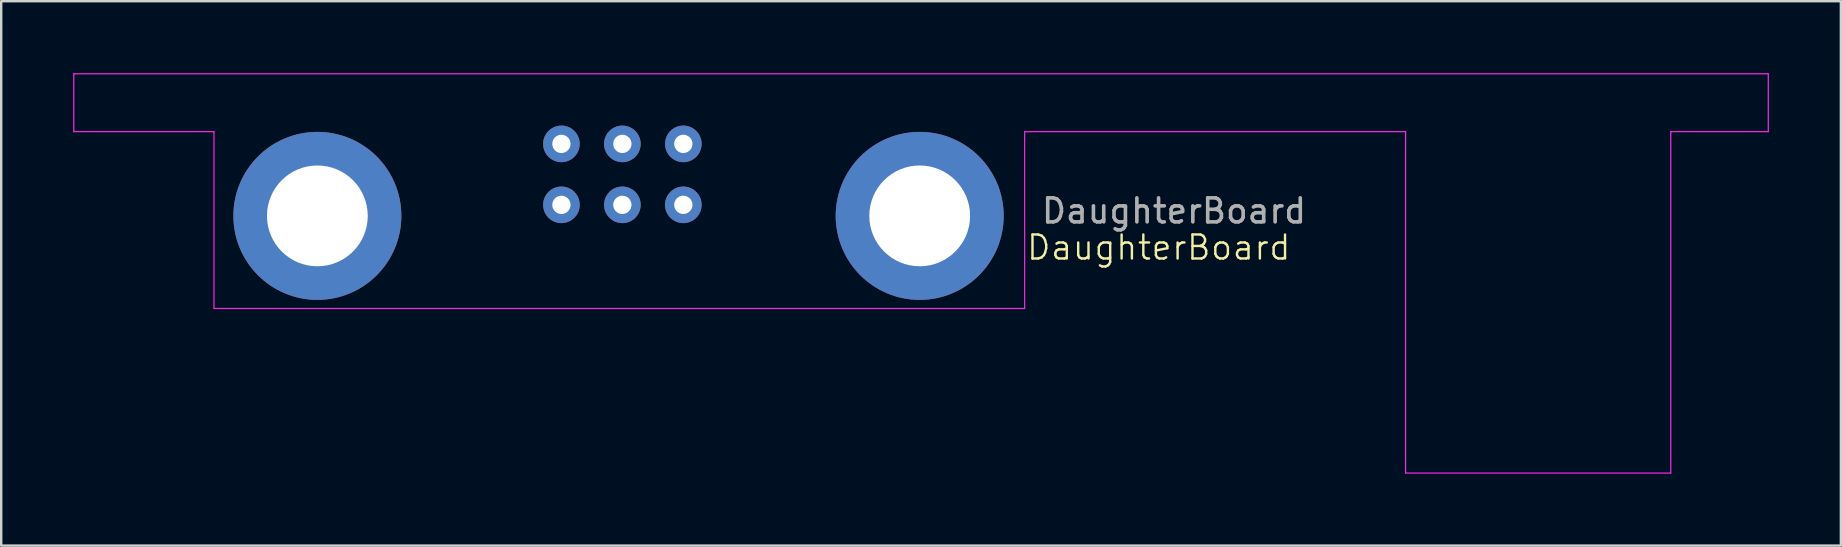
<source format=kicad_pcb>
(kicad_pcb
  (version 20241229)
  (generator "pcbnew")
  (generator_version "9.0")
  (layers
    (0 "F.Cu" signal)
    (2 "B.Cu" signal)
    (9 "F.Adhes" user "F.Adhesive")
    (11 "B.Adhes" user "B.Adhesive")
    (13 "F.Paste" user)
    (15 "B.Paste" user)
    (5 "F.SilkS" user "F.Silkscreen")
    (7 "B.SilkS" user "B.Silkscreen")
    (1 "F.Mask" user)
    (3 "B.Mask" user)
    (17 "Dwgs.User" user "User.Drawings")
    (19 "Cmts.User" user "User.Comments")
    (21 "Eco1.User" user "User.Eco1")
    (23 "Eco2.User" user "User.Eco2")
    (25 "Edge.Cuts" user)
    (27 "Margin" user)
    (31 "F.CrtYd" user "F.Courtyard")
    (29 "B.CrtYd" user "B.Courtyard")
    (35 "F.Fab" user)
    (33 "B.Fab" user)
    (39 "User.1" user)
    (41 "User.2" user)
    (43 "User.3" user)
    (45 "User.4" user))
  (footprint "DaughterBoard"
    (layer "F.Cu")
    (at 25.425 2.946)
    (property "Reference" "DaughterBoard" (at 19.812 4.318 0) (unlocked yes) (layer "F.SilkS") (effects (font (size 1 1) (thickness 0.1))))
    (attr through_hole)
    (fp_line (start -25.4 -2.921) (end 45.212 -2.921) (stroke (width 0.05) (type default)) (layer "F.CrtYd"))
    (fp_line (start -25.4 -0.508) (end -25.4 -2.921) (stroke (width 0.05) (type default)) (layer "F.CrtYd"))
    (fp_line (start -19.558 -0.508) (end -25.4 -0.508) (stroke (width 0.05) (type default)) (layer "F.CrtYd"))
    (fp_line (start -19.558 6.858) (end -19.558 -0.508) (stroke (width 0.05) (type default)) (layer "F.CrtYd"))
    (fp_line (start 14.224 -0.508) (end 14.224 6.858) (stroke (width 0.05) (type default)) (layer "F.CrtYd"))
    (fp_line (start 14.224 6.858) (end -19.558 6.858) (stroke (width 0.05) (type default)) (layer "F.CrtYd"))
    (fp_line (start 30.099 -0.508) (end 14.224 -0.508) (stroke (width 0.05) (type default)) (layer "F.CrtYd"))
    (fp_line (start 30.099 13.716) (end 30.099 -0.508) (stroke (width 0.05) (type default)) (layer "F.CrtYd"))
    (fp_line (start 41.148 -0.508) (end 41.148 13.716) (stroke (width 0.05) (type default)) (layer "F.CrtYd"))
    (fp_line (start 41.148 13.716) (end 30.099 13.716) (stroke (width 0.05) (type default)) (layer "F.CrtYd"))
    (fp_line (start 45.212 -2.921) (end 45.212 -0.508) (stroke (width 0.05) (type default)) (layer "F.CrtYd"))
    (fp_line (start 45.212 -0.508) (end 41.148 -0.508) (stroke (width 0.05) (type default)) (layer "F.CrtYd"))
    (fp_text user "${REFERENCE}" (at 20.447 2.794 0) (unlocked yes) (layer "F.Fab") (effects (font (size 1 1) (thickness 0.15))))
    (pad "1" thru_hole circle (at 0 2.54) (size 1.524 1.524) (drill 0.762) (layers "*.Cu" "*.Mask"))
    (pad "2" thru_hole circle (at 0 0) (size 1.524 1.524) (drill 0.762) (layers "*.Cu" "*.Mask"))
    (pad "3" thru_hole circle (at -2.54 2.54) (size 1.524 1.524) (drill 0.762) (layers "*.Cu" "*.Mask"))
    (pad "4" thru_hole circle (at -2.54 0) (size 1.524 1.524) (drill 0.762) (layers "*.Cu" "*.Mask"))
    (pad "5" thru_hole circle (at -5.08 2.54) (size 1.524 1.524) (drill 0.762) (layers "*.Cu" "*.Mask"))
    (pad "6" thru_hole circle (at -5.08 0) (size 1.524 1.524) (drill 0.762) (layers "*.Cu" "*.Mask"))
    (pad "7" thru_hole circle (at 9.85 3) (size 7 7) (drill 4.2) (layers "*.Cu" "*.Mask"))
    (pad "8" thru_hole circle (at -15.25 3) (size 7 7) (drill 4.2) (layers "*.Cu" "*.Mask")))
  (gr_rect
    (start -3 -3)
    (end 73.662 19.687)
    (stroke (width 0.1) (type default))
    (fill no)
    (layer "Edge.Cuts")))
</source>
